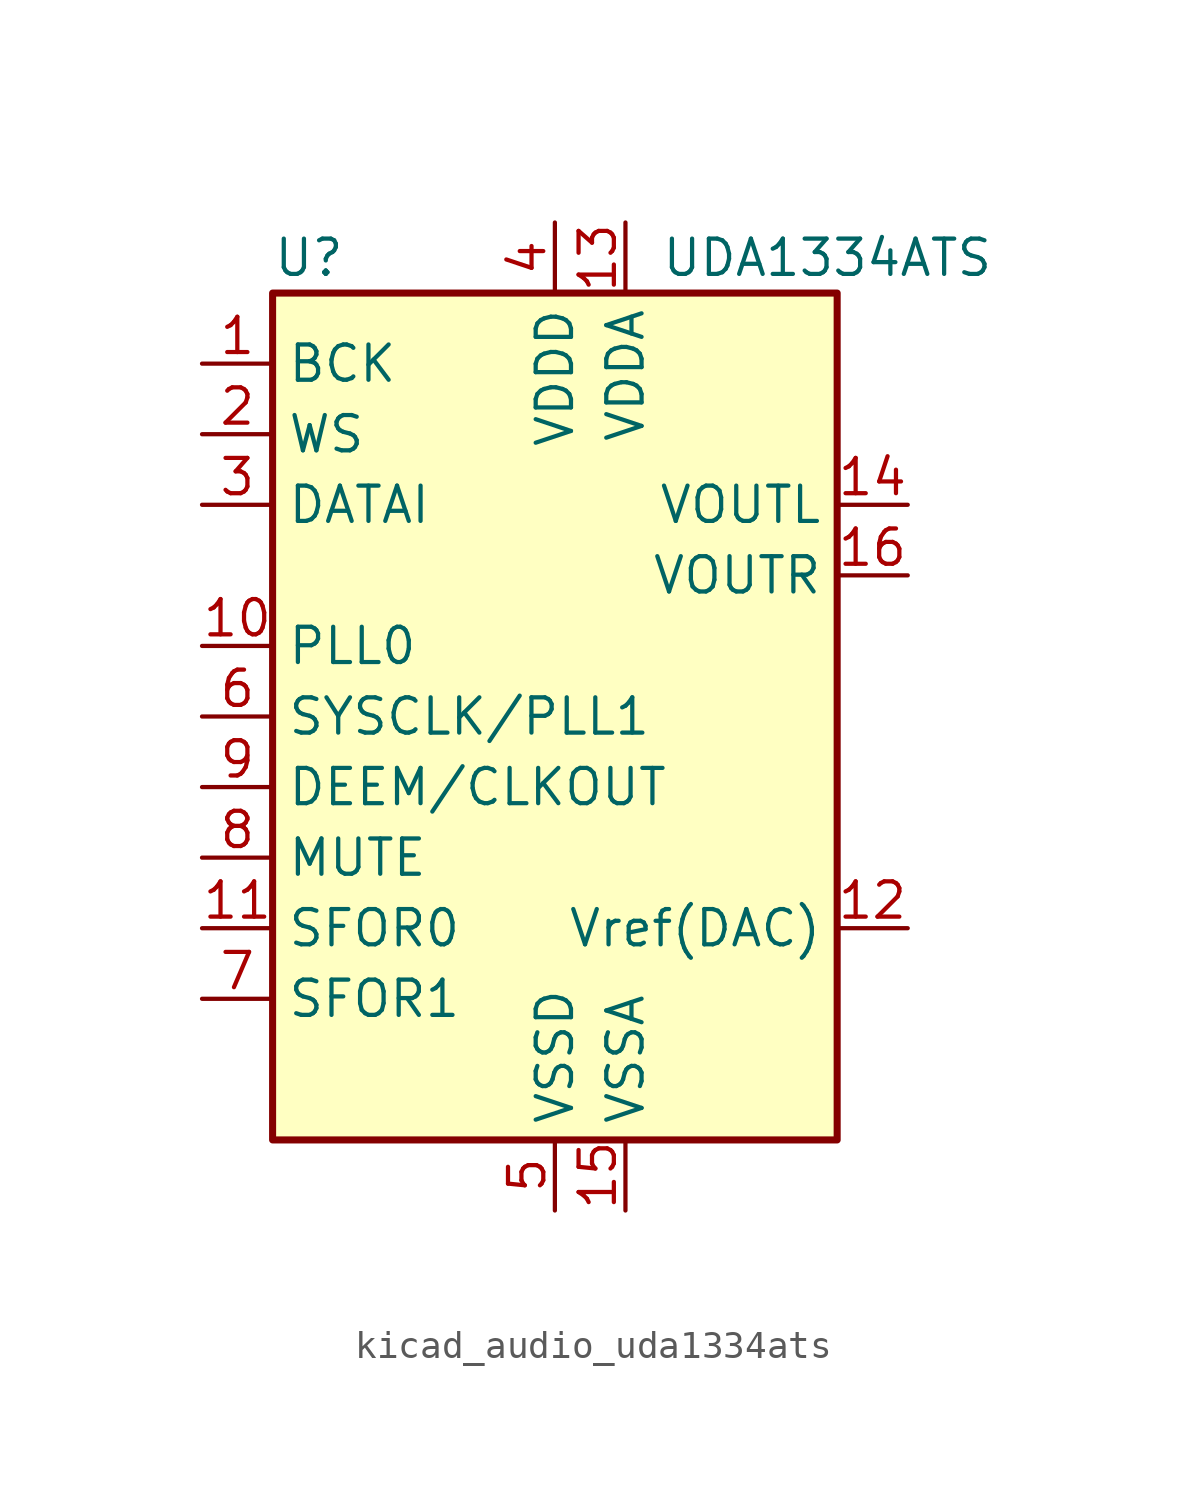
<source format=kicad_sym>
(kicad_symbol_lib
  (version 20220914)
  (generator kicad_symbol_editor)
  (symbol "kicad_audio_uda1334ats"
    (property "Reference" "U"
      (at -10.16 16.51 0)
      (effects (font (size 1.27 1.27)) (justify left)))
    (property "Value" "UDA1334ATS"
      (at 3.81 16.51 0)
      (effects (font (size 1.27 1.27)) (justify left)))
    (symbol "kicad_audio_uda1334ats_0_1"
      (rectangle (start -10.16 15.24) (end 10.16 -15.24) (stroke (width 0.254) (type default)) (fill (type background))))
    (symbol "kicad_audio_uda1334ats_1_1"
      (pin input line (at -12.7 12.7 0) (length 2.54) (name "BCK" (effects (font (size 1.27 1.27)))) (number "1" (effects (font (size 1.27 1.27)))))
      (pin input line (at -12.7 2.54 0) (length 2.54) (name "PLL0" (effects (font (size 1.27 1.27)))) (number "10" (effects (font (size 1.27 1.27)))))
      (pin input line (at -12.7 -7.62 0) (length 2.54) (name "SFOR0" (effects (font (size 1.27 1.27)))) (number "11" (effects (font (size 1.27 1.27)))))
      (pin passive line (at 12.7 -7.62 180) (length 2.54) (name "Vref(DAC)" (effects (font (size 1.27 1.27)))) (number "12" (effects (font (size 1.27 1.27)))))
      (pin power_in line (at 2.54 17.78 270) (length 2.54) (name "VDDA" (effects (font (size 1.27 1.27)))) (number "13" (effects (font (size 1.27 1.27)))))
      (pin output line (at 12.7 7.62 180) (length 2.54) (name "VOUTL" (effects (font (size 1.27 1.27)))) (number "14" (effects (font (size 1.27 1.27)))))
      (pin power_in line (at 2.54 -17.78 90) (length 2.54) (name "VSSA" (effects (font (size 1.27 1.27)))) (number "15" (effects (font (size 1.27 1.27)))))
      (pin output line (at 12.7 5.08 180) (length 2.54) (name "VOUTR" (effects (font (size 1.27 1.27)))) (number "16" (effects (font (size 1.27 1.27)))))
      (pin input line (at -12.7 10.16 0) (length 2.54) (name "WS" (effects (font (size 1.27 1.27)))) (number "2" (effects (font (size 1.27 1.27)))))
      (pin input line (at -12.7 7.62 0) (length 2.54) (name "DATAI" (effects (font (size 1.27 1.27)))) (number "3" (effects (font (size 1.27 1.27)))))
      (pin power_in line (at 0 17.78 270) (length 2.54) (name "VDDD" (effects (font (size 1.27 1.27)))) (number "4" (effects (font (size 1.27 1.27)))))
      (pin power_in line (at 0 -17.78 90) (length 2.54) (name "VSSD" (effects (font (size 1.27 1.27)))) (number "5" (effects (font (size 1.27 1.27)))))
      (pin input line (at -12.7 0 0) (length 2.54) (name "SYSCLK/PLL1" (effects (font (size 1.27 1.27)))) (number "6" (effects (font (size 1.27 1.27)))))
      (pin input line (at -12.7 -10.16 0) (length 2.54) (name "SFOR1" (effects (font (size 1.27 1.27)))) (number "7" (effects (font (size 1.27 1.27)))))
      (pin input line (at -12.7 -5.08 0) (length 2.54) (name "MUTE" (effects (font (size 1.27 1.27)))) (number "8" (effects (font (size 1.27 1.27)))))
      (pin bidirectional line (at -12.7 -2.54 0) (length 2.54) (name "DEEM/CLKOUT" (effects (font (size 1.27 1.27)))) (number "9" (effects (font (size 1.27 1.27))))))))
</source>
